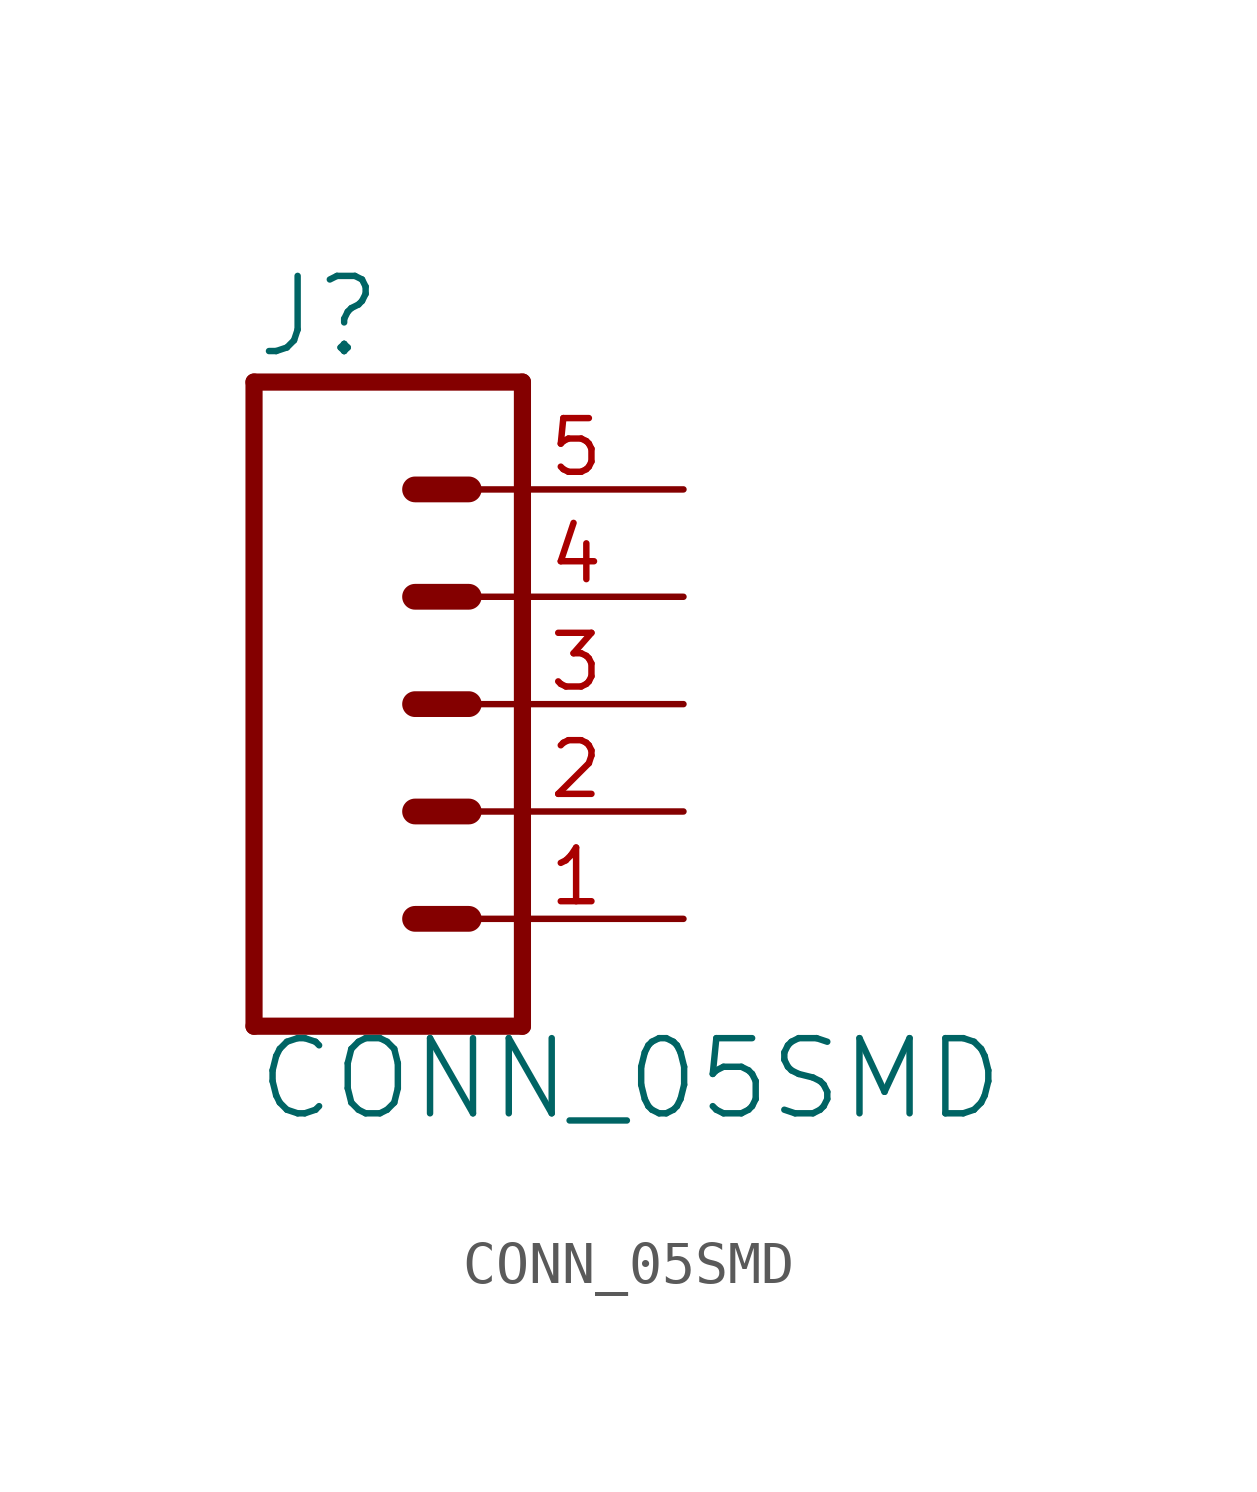
<source format=kicad_sym>
(kicad_symbol_lib
  (version 20211014)
  (generator kicad_symbol_editor)
  (symbol "CONN_05SMD"
    (property "Reference" "J"
      (at -2.54 8.128 0)
      (effects (font (size 1.778 1.778)) (justify left bottom)))
    (property "Value" "CONN_05SMD"
      (at -2.54 -9.906 0)
      (effects (font (size 1.778 1.778)) (justify left bottom)))
    (property "ki_locked" ""
      (at 0 0 0)
      (effects (font (size 1.27 1.27))))
    (symbol "CONN_05SMD_1_0"
      (polyline (pts (xy -2.54 7.62) (xy -2.54 -7.62)) (stroke (width 0.406) (type default) (color 0 0 0 0)) (fill (type none)))
      (polyline (pts (xy -2.54 7.62) (xy 3.81 7.62)) (stroke (width 0.406) (type default) (color 0 0 0 0)) (fill (type none)))
      (polyline (pts (xy 1.27 -5.08) (xy 2.54 -5.08)) (stroke (width 0.61) (type default) (color 0 0 0 0)) (fill (type none)))
      (polyline (pts (xy 1.27 -2.54) (xy 2.54 -2.54)) (stroke (width 0.61) (type default) (color 0 0 0 0)) (fill (type none)))
      (polyline (pts (xy 1.27 0) (xy 2.54 0)) (stroke (width 0.61) (type default) (color 0 0 0 0)) (fill (type none)))
      (polyline (pts (xy 1.27 2.54) (xy 2.54 2.54)) (stroke (width 0.61) (type default) (color 0 0 0 0)) (fill (type none)))
      (polyline (pts (xy 1.27 5.08) (xy 2.54 5.08)) (stroke (width 0.61) (type default) (color 0 0 0 0)) (fill (type none)))
      (polyline (pts (xy 3.81 -7.62) (xy -2.54 -7.62)) (stroke (width 0.406) (type default) (color 0 0 0 0)) (fill (type none)))
      (polyline (pts (xy 3.81 -7.62) (xy 3.81 7.62)) (stroke (width 0.406) (type default) (color 0 0 0 0)) (fill (type none)))
      (pin passive line (at 7.62 -5.08 180) (length 5.08) (name "1" (effects (font (size 0 0)))) (number "1" (effects (font (size 1.27 1.27)))))
      (pin passive line (at 7.62 -2.54 180) (length 5.08) (name "2" (effects (font (size 0 0)))) (number "2" (effects (font (size 1.27 1.27)))))
      (pin passive line (at 7.62 0 180) (length 5.08) (name "3" (effects (font (size 0 0)))) (number "3" (effects (font (size 1.27 1.27)))))
      (pin passive line (at 7.62 2.54 180) (length 5.08) (name "4" (effects (font (size 0 0)))) (number "4" (effects (font (size 1.27 1.27)))))
      (pin passive line (at 7.62 5.08 180) (length 5.08) (name "5" (effects (font (size 0 0)))) (number "5" (effects (font (size 1.27 1.27))))))))
</source>
